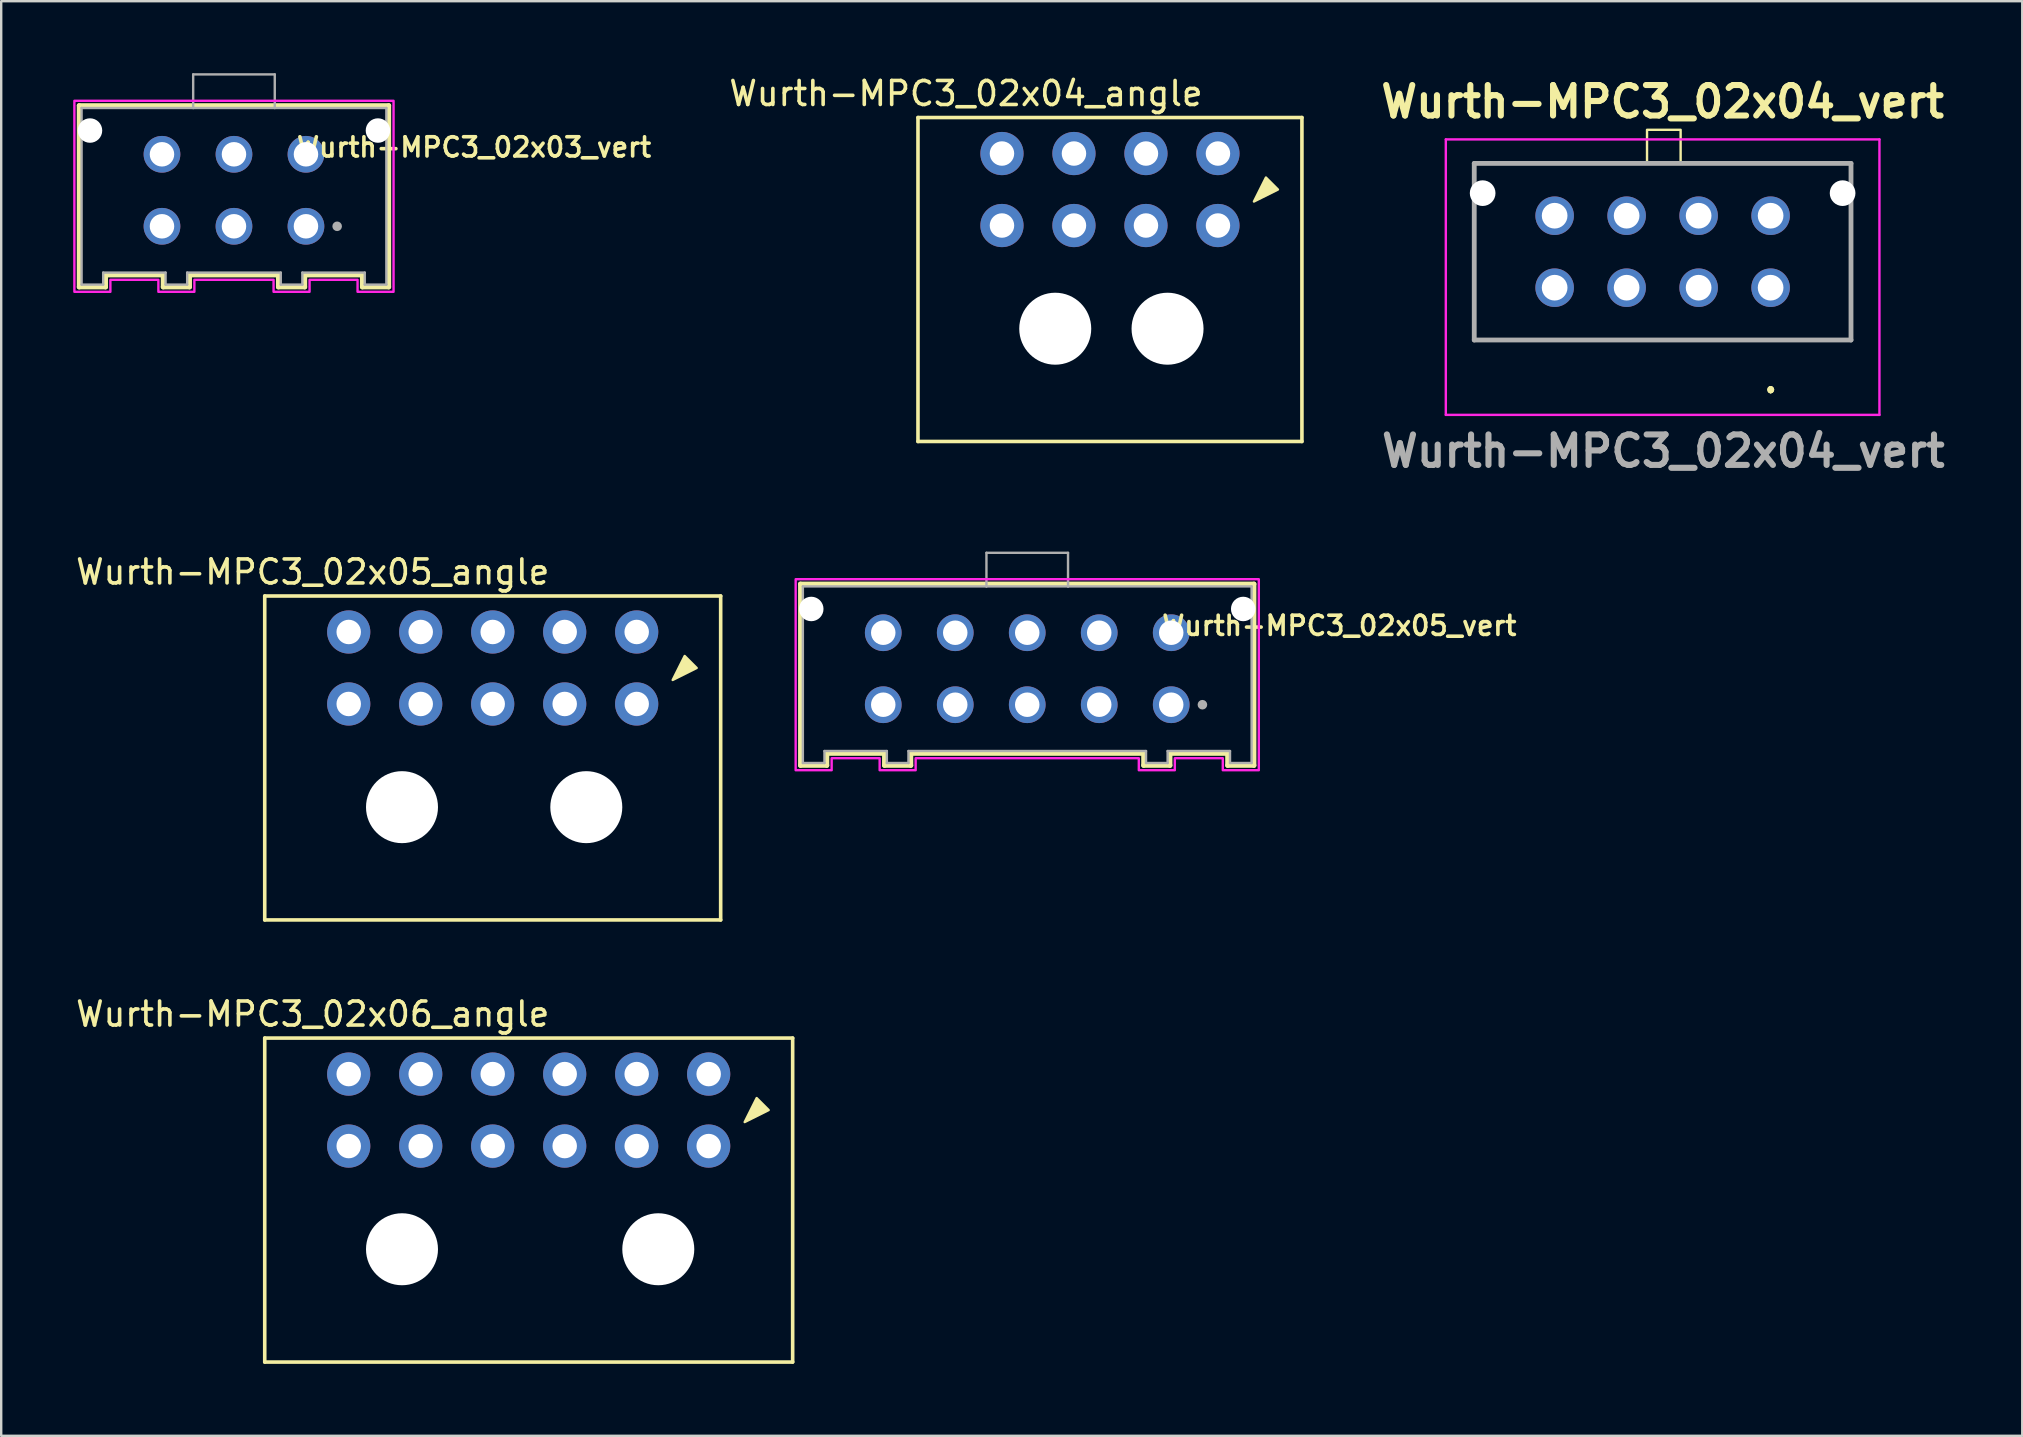
<source format=kicad_pcb>
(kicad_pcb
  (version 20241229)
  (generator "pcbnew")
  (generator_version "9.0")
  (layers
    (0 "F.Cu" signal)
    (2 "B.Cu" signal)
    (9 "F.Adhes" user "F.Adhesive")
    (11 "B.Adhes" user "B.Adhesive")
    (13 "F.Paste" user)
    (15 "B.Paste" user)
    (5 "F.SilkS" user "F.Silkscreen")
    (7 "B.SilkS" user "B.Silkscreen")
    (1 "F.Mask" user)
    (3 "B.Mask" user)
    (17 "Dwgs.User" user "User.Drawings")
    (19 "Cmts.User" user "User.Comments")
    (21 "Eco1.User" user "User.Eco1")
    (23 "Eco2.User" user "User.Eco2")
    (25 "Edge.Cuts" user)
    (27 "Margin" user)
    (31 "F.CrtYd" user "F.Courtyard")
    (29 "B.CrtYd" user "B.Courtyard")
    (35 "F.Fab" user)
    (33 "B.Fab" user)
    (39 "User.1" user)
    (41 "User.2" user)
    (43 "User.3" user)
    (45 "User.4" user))
  (footprint "Wurth-MPC3_02x05_vert"
    (layer "F.Cu")
    (at 39.757 24.817)
    (property "Reference" "Wurth-MPC3_02x05_vert" (at 13.005 -1.793 0) (layer "F.SilkS") (effects (font (size 0.8 0.8) (thickness 0.15))))
    (attr through_hole)
    (fp_line (start -9.45 -3.53) (end 9.45 -3.53) (stroke (width 0.2) (type solid)) (layer "F.SilkS"))
    (fp_line (start -9.45 4.03) (end -9.45 -3.53) (stroke (width 0.2) (type solid)) (layer "F.SilkS"))
    (fp_line (start -8.35 3.53) (end -8.35 4.03) (stroke (width 0.2) (type solid)) (layer "F.SilkS"))
    (fp_line (start -8.35 4.03) (end -9.45 4.03) (stroke (width 0.2) (type solid)) (layer "F.SilkS"))
    (fp_line (start -5.95 3.53) (end -8.35 3.53) (stroke (width 0.2) (type solid)) (layer "F.SilkS"))
    (fp_line (start -5.95 4.03) (end -5.95 3.53) (stroke (width 0.2) (type solid)) (layer "F.SilkS"))
    (fp_line (start -4.85 3.53) (end -4.85 4.03) (stroke (width 0.2) (type solid)) (layer "F.SilkS"))
    (fp_line (start -4.85 4.03) (end -5.95 4.03) (stroke (width 0.2) (type solid)) (layer "F.SilkS"))
    (fp_line (start 4.85 3.53) (end -4.85 3.53) (stroke (width 0.2) (type solid)) (layer "F.SilkS"))
    (fp_line (start 4.85 4.03) (end 4.85 3.53) (stroke (width 0.2) (type solid)) (layer "F.SilkS"))
    (fp_line (start 5.95 3.53) (end 5.95 4.03) (stroke (width 0.2) (type solid)) (layer "F.SilkS"))
    (fp_line (start 5.95 4.03) (end 4.85 4.03) (stroke (width 0.2) (type solid)) (layer "F.SilkS"))
    (fp_line (start 8.35 3.53) (end 5.95 3.53) (stroke (width 0.2) (type solid)) (layer "F.SilkS"))
    (fp_line (start 8.35 4.03) (end 8.35 3.53) (stroke (width 0.2) (type solid)) (layer "F.SilkS"))
    (fp_line (start 9.45 -3.53) (end 9.45 4.03) (stroke (width 0.2) (type solid)) (layer "F.SilkS"))
    (fp_line (start 9.45 4.03) (end 8.35 4.03) (stroke (width 0.2) (type solid)) (layer "F.SilkS"))
    (fp_poly (pts (xy 9.65 -3.73) (xy 9.65 4.23) (xy 8.15 4.23) (xy 8.15 3.73) (xy 6.15 3.73) (xy 6.15 4.23) (xy 4.65 4.23) (xy 4.65 3.73) (xy -4.65 3.73) (xy -4.65 4.23) (xy -6.15 4.23) (xy -6.15 3.73) (xy -8.15 3.73) (xy -8.15 4.23) (xy -9.65 4.23) (xy -9.65 -3.73)) (stroke (width 0.1) (type solid)) (fill no) (layer "F.CrtYd"))
    (fp_line (start -9.35 -3.43) (end -9.35 3.93) (stroke (width 0.1) (type solid)) (layer "F.Fab"))
    (fp_line (start -9.35 3.93) (end -8.45 3.93) (stroke (width 0.1) (type solid)) (layer "F.Fab"))
    (fp_line (start -8.45 3.43) (end -5.85 3.43) (stroke (width 0.1) (type solid)) (layer "F.Fab"))
    (fp_line (start -8.45 3.93) (end -8.45 3.43) (stroke (width 0.1) (type solid)) (layer "F.Fab"))
    (fp_line (start -5.85 3.43) (end -5.85 3.93) (stroke (width 0.1) (type solid)) (layer "F.Fab"))
    (fp_line (start -5.85 3.93) (end -4.95 3.93) (stroke (width 0.1) (type solid)) (layer "F.Fab"))
    (fp_line (start -4.95 3.43) (end 4.95 3.43) (stroke (width 0.1) (type solid)) (layer "F.Fab"))
    (fp_line (start -4.95 3.93) (end -4.95 3.43) (stroke (width 0.1) (type solid)) (layer "F.Fab"))
    (fp_line (start -1.7 -4.83) (end 1.7 -4.83) (stroke (width 0.1) (type solid)) (layer "F.Fab"))
    (fp_line (start -1.7 -3.43) (end -9.35 -3.43) (stroke (width 0.1) (type solid)) (layer "F.Fab"))
    (fp_line (start -1.7 -3.43) (end -1.7 -4.83) (stroke (width 0.1) (type solid)) (layer "F.Fab"))
    (fp_line (start 1.7 -4.83) (end 1.7 -3.43) (stroke (width 0.1) (type solid)) (layer "F.Fab"))
    (fp_line (start 1.7 -3.43) (end -1.7 -3.43) (stroke (width 0.1) (type solid)) (layer "F.Fab"))
    (fp_line (start 4.95 3.43) (end 4.95 3.93) (stroke (width 0.1) (type solid)) (layer "F.Fab"))
    (fp_line (start 4.95 3.93) (end 5.85 3.93) (stroke (width 0.1) (type solid)) (layer "F.Fab"))
    (fp_line (start 5.85 3.43) (end 8.45 3.43) (stroke (width 0.1) (type solid)) (layer "F.Fab"))
    (fp_line (start 5.85 3.93) (end 5.85 3.43) (stroke (width 0.1) (type solid)) (layer "F.Fab"))
    (fp_line (start 8.45 3.93) (end 8.45 3.43) (stroke (width 0.1) (type solid)) (layer "F.Fab"))
    (fp_line (start 9.35 -3.43) (end 1.7 -3.43) (stroke (width 0.1) (type solid)) (layer "F.Fab"))
    (fp_line (start 9.35 3.93) (end 8.45 3.93) (stroke (width 0.1) (type solid)) (layer "F.Fab"))
    (fp_line (start 9.35 3.93) (end 9.35 -3.43) (stroke (width 0.1) (type solid)) (layer "F.Fab"))
    (fp_circle (center 7.3 1.5) (end 7.4 1.5) (stroke (width 0.2) (type solid)) (fill no) (layer "F.Fab"))
    (pad "" np_thru_hole circle (at -9 -2.49) (size 1.02 1.02) (drill 1.02) (layers "*.Cu" "*.Mask"))
    (pad "" np_thru_hole circle (at 9 -2.49) (size 1.02 1.02) (drill 1.02) (layers "*.Cu" "*.Mask"))
    (pad "1" thru_hole circle (at 6 1.5) (size 1.53 1.53) (drill 1.02) (layers "*.Cu" "*.Mask"))
    (pad "2" thru_hole circle (at 3 1.5) (size 1.53 1.53) (drill 1.02) (layers "*.Cu" "*.Mask"))
    (pad "3" thru_hole circle (at 0 1.5) (size 1.53 1.53) (drill 1.02) (layers "*.Cu" "*.Mask"))
    (pad "4" thru_hole circle (at -3 1.5) (size 1.53 1.53) (drill 1.02) (layers "*.Cu" "*.Mask"))
    (pad "5" thru_hole circle (at -6 1.5) (size 1.53 1.53) (drill 1.02) (layers "*.Cu" "*.Mask"))
    (pad "6" thru_hole circle (at 6 -1.5) (size 1.53 1.53) (drill 1.02) (layers "*.Cu" "*.Mask"))
    (pad "7" thru_hole circle (at 3 -1.5) (size 1.53 1.53) (drill 1.02) (layers "*.Cu" "*.Mask"))
    (pad "8" thru_hole circle (at 0 -1.5) (size 1.53 1.53) (drill 1.02) (layers "*.Cu" "*.Mask"))
    (pad "9" thru_hole circle (at -3 -1.5) (size 1.53 1.53) (drill 1.02) (layers "*.Cu" "*.Mask"))
    (pad "10" thru_hole circle (at -6 -1.5) (size 1.53 1.53) (drill 1.02) (layers "*.Cu" "*.Mask")))
  (footprint "Wurth-MPC3_02x05_angle"
    (layer "F.Cu")
    (at 23.482 26.286)
    (property "Reference" "Wurth-MPC3_02x05_angle" (at -13.5 -5.5 0) (layer "F.SilkS") (effects (font (size 1 1) (thickness 0.15))))
    (attr through_hole)
    (fp_line (start -15.5 9) (end -15.5 -4.5) (stroke (width 0.15) (type solid)) (layer "F.SilkS"))
    (fp_line (start -15.5 9) (end 3.5 9) (stroke (width 0.15) (type solid)) (layer "F.SilkS"))
    (fp_line (start 3.5 -4.5) (end -15.5 -4.5) (stroke (width 0.15) (type solid)) (layer "F.SilkS"))
    (fp_line (start 3.5 9) (end 3.5 -4.5) (stroke (width 0.15) (type solid)) (layer "F.SilkS"))
    (fp_poly (pts (xy 1.5 -1) (xy 2 -2) (xy 2.5 -1.5)) (stroke (width 0.1) (type solid)) (fill yes) (layer "F.SilkS"))
    (pad "" np_thru_hole circle (at -9.78 4.3) (size 3 3) (drill 3) (layers "*.Cu" "*.Mask"))
    (pad "" np_thru_hole circle (at -2.1 4.3) (size 3 3) (drill 3) (layers "*.Cu" "*.Mask"))
    (pad "1" thru_hole circle (at 0 0) (size 1.8 1.8) (drill 1.02) (layers "*.Cu" "*.Mask"))
    (pad "2" thru_hole circle (at -3 0) (size 1.8 1.8) (drill 1.02) (layers "*.Cu" "*.Mask"))
    (pad "3" thru_hole circle (at -6 0) (size 1.8 1.8) (drill 1.02) (layers "*.Cu" "*.Mask"))
    (pad "4" thru_hole circle (at -9 0) (size 1.8 1.8) (drill 1.02) (layers "*.Cu" "*.Mask"))
    (pad "5" thru_hole circle (at -12 0) (size 1.8 1.8) (drill 1.02) (layers "*.Cu" "*.Mask"))
    (pad "6" thru_hole circle (at 0 -3) (size 1.8 1.8) (drill 1.02) (layers "*.Cu" "*.Mask"))
    (pad "7" thru_hole circle (at -3 -3) (size 1.8 1.8) (drill 1.02) (layers "*.Cu" "*.Mask"))
    (pad "8" thru_hole circle (at -6 -3) (size 1.8 1.8) (drill 1.02) (layers "*.Cu" "*.Mask"))
    (pad "9" thru_hole circle (at -9 -3) (size 1.8 1.8) (drill 1.02) (layers "*.Cu" "*.Mask"))
    (pad "10" thru_hole circle (at -12 -3) (size 1.8 1.8) (drill 1.02) (layers "*.Cu" "*.Mask")))
  (footprint "Wurth-MPC3_02x04_vert"
    (layer "F.Cu")
    (at 70.735 8.939)
    (property "Reference" "Wurth-MPC3_02x04_vert" (at -4.5 -7.75 0) (layer "F.SilkS") (effects (font (size 1.27 1.27) (thickness 0.254))))
    (attr through_hole)
    (fp_line (start -12.35 -2.75) (end -12.35 -2.75) (stroke (width 0.1) (type solid)) (layer "F.SilkS"))
    (fp_line (start -12.35 -2.75) (end -12.35 2) (stroke (width 0.1) (type solid)) (layer "F.SilkS"))
    (fp_line (start -12.35 2) (end -12.35 -2.75) (stroke (width 0.1) (type solid)) (layer "F.SilkS"))
    (fp_line (start -12.35 2) (end -12.35 2) (stroke (width 0.1) (type solid)) (layer "F.SilkS"))
    (fp_line (start -12.35 2.18) (end -12.35 2.18) (stroke (width 0.1) (type solid)) (layer "F.SilkS"))
    (fp_line (start -12.35 2.18) (end 3.35 2.18) (stroke (width 0.1) (type solid)) (layer "F.SilkS"))
    (fp_line (start -12.25 -5.18) (end -12.25 -5.18) (stroke (width 0.1) (type solid)) (layer "F.SilkS"))
    (fp_line (start -12.25 -5.18) (end 3.35 -5.18) (stroke (width 0.1) (type solid)) (layer "F.SilkS"))
    (fp_line (start 0 4.2) (end 0 4.2) (stroke (width 0.2) (type solid)) (layer "F.SilkS"))
    (fp_line (start 0 4.3) (end 0 4.3) (stroke (width 0.2) (type solid)) (layer "F.SilkS"))
    (fp_line (start 0 4.3) (end 0 4.3) (stroke (width 0.2) (type solid)) (layer "F.SilkS"))
    (fp_line (start 3.35 -5.18) (end -12.25 -5.18) (stroke (width 0.1) (type solid)) (layer "F.SilkS"))
    (fp_line (start 3.35 -5.18) (end 3.35 -5.18) (stroke (width 0.1) (type solid)) (layer "F.SilkS"))
    (fp_line (start 3.35 -3) (end 3.35 -3) (stroke (width 0.1) (type solid)) (layer "F.SilkS"))
    (fp_line (start 3.35 -3) (end 3.35 2.18) (stroke (width 0.1) (type solid)) (layer "F.SilkS"))
    (fp_line (start 3.35 2.18) (end -12.35 2.18) (stroke (width 0.1) (type solid)) (layer "F.SilkS"))
    (fp_line (start 3.35 2.18) (end 3.35 -3) (stroke (width 0.1) (type solid)) (layer "F.SilkS"))
    (fp_line (start 3.35 2.18) (end 3.35 2.18) (stroke (width 0.1) (type solid)) (layer "F.SilkS"))
    (fp_line (start 3.35 2.18) (end 3.35 2.18) (stroke (width 0.1) (type solid)) (layer "F.SilkS"))
    (fp_rect (start -5.15 -6.58) (end -3.75 -5.18) (stroke (width 0.1) (type default)) (fill no) (layer "F.SilkS"))
    (fp_arc (start 0 4.2) (mid 0.05 4.25) (end 0 4.3) (stroke (width 0.2) (type solid)) (layer "F.SilkS"))
    (fp_arc (start 0 4.2) (mid 0.05 4.25) (end 0 4.3) (stroke (width 0.2) (type solid)) (layer "F.SilkS"))
    (fp_arc (start 0 4.3) (mid -0.05 4.25) (end 0 4.2) (stroke (width 0.2) (type solid)) (layer "F.SilkS"))
    (fp_line (start -13.535 -6.18) (end 4.535 -6.18) (stroke (width 0.1) (type solid)) (layer "F.CrtYd"))
    (fp_line (start -13.535 5.3) (end -13.535 -6.18) (stroke (width 0.1) (type solid)) (layer "F.CrtYd"))
    (fp_line (start 4.535 -6.18) (end 4.535 5.3) (stroke (width 0.1) (type solid)) (layer "F.CrtYd"))
    (fp_line (start 4.535 5.3) (end -13.535 5.3) (stroke (width 0.1) (type solid)) (layer "F.CrtYd"))
    (fp_line (start -12.35 -5.18) (end -12.35 2.18) (stroke (width 0.2) (type solid)) (layer "F.Fab"))
    (fp_line (start -12.35 2.18) (end 3.35 2.18) (stroke (width 0.2) (type solid)) (layer "F.Fab"))
    (fp_line (start 3.35 -5.18) (end -12.35 -5.18) (stroke (width 0.2) (type solid)) (layer "F.Fab"))
    (fp_line (start 3.35 2.18) (end 3.35 -5.18) (stroke (width 0.2) (type solid)) (layer "F.Fab"))
    (fp_text user "${REFERENCE}" (at -4.47 6.81 0) (layer "F.Fab") (effects (font (size 1.27 1.27) (thickness 0.254))))
    (pad "" np_thru_hole circle (at -12 -3.94) (size 1.07 1.07) (drill 1.07) (layers "*.Cu" "*.Mask"))
    (pad "" np_thru_hole circle (at 3 -3.94) (size 1.07 1.07) (drill 1.07) (layers "*.Cu" "*.Mask"))
    (pad "1" thru_hole circle (at 0 0) (size 1.605 1.605) (drill 1.07) (layers "*.Cu" "*.Mask"))
    (pad "2" thru_hole circle (at -3 0) (size 1.605 1.605) (drill 1.07) (layers "*.Cu" "*.Mask"))
    (pad "3" thru_hole circle (at -6 0) (size 1.605 1.605) (drill 1.07) (layers "*.Cu" "*.Mask"))
    (pad "4" thru_hole circle (at -9 0) (size 1.605 1.605) (drill 1.07) (layers "*.Cu" "*.Mask"))
    (pad "5" thru_hole circle (at 0 -3) (size 1.605 1.605) (drill 1.07) (layers "*.Cu" "*.Mask"))
    (pad "6" thru_hole circle (at -3 -3) (size 1.605 1.605) (drill 1.07) (layers "*.Cu" "*.Mask"))
    (pad "7" thru_hole circle (at -6 -3) (size 1.605 1.605) (drill 1.07) (layers "*.Cu" "*.Mask"))
    (pad "8" thru_hole circle (at -9 -3) (size 1.605 1.605) (drill 1.07) (layers "*.Cu" "*.Mask")))
  (footprint "Wurth-MPC3_02x03_vert"
    (layer "F.Cu")
    (at 6.7 4.88)
    (property "Reference" "Wurth-MPC3_02x03_vert" (at 10.005 -1.793 0) (layer "F.SilkS") (effects (font (size 0.8 0.8) (thickness 0.15))))
    (attr through_hole)
    (fp_line (start -6.45 -3.53) (end 6.45 -3.53) (stroke (width 0.2) (type solid)) (layer "F.SilkS"))
    (fp_line (start -6.45 4.03) (end -6.45 -3.53) (stroke (width 0.2) (type solid)) (layer "F.SilkS"))
    (fp_line (start -5.35 3.53) (end -5.35 4.03) (stroke (width 0.2) (type solid)) (layer "F.SilkS"))
    (fp_line (start -5.35 4.03) (end -6.45 4.03) (stroke (width 0.2) (type solid)) (layer "F.SilkS"))
    (fp_line (start -2.95 3.53) (end -5.35 3.53) (stroke (width 0.2) (type solid)) (layer "F.SilkS"))
    (fp_line (start -2.95 4.03) (end -2.95 3.53) (stroke (width 0.2) (type solid)) (layer "F.SilkS"))
    (fp_line (start -1.85 3.53) (end -1.85 4.03) (stroke (width 0.2) (type solid)) (layer "F.SilkS"))
    (fp_line (start -1.85 4.03) (end -2.95 4.03) (stroke (width 0.2) (type solid)) (layer "F.SilkS"))
    (fp_line (start 1.85 3.53) (end -1.85 3.53) (stroke (width 0.2) (type solid)) (layer "F.SilkS"))
    (fp_line (start 1.85 4.03) (end 1.85 3.53) (stroke (width 0.2) (type solid)) (layer "F.SilkS"))
    (fp_line (start 2.95 3.53) (end 2.95 4.03) (stroke (width 0.2) (type solid)) (layer "F.SilkS"))
    (fp_line (start 2.95 4.03) (end 1.85 4.03) (stroke (width 0.2) (type solid)) (layer "F.SilkS"))
    (fp_line (start 5.35 3.53) (end 2.95 3.53) (stroke (width 0.2) (type solid)) (layer "F.SilkS"))
    (fp_line (start 5.35 4.03) (end 5.35 3.53) (stroke (width 0.2) (type solid)) (layer "F.SilkS"))
    (fp_line (start 6.45 -3.53) (end 6.45 4.03) (stroke (width 0.2) (type solid)) (layer "F.SilkS"))
    (fp_line (start 6.45 4.03) (end 5.35 4.03) (stroke (width 0.2) (type solid)) (layer "F.SilkS"))
    (fp_poly (pts (xy 6.65 -3.73) (xy 6.65 4.23) (xy 5.15 4.23) (xy 5.15 3.73) (xy 3.15 3.73) (xy 3.15 4.23) (xy 1.65 4.23) (xy 1.65 3.73) (xy -1.65 3.73) (xy -1.65 4.23) (xy -3.15 4.23) (xy -3.15 3.73) (xy -5.15 3.73) (xy -5.15 4.23) (xy -6.65 4.23) (xy -6.65 -3.73)) (stroke (width 0.1) (type solid)) (fill no) (layer "F.CrtYd"))
    (fp_line (start -6.35 -3.43) (end -6.35 3.93) (stroke (width 0.1) (type solid)) (layer "F.Fab"))
    (fp_line (start -6.35 3.93) (end -5.45 3.93) (stroke (width 0.1) (type solid)) (layer "F.Fab"))
    (fp_line (start -5.45 3.43) (end -2.85 3.43) (stroke (width 0.1) (type solid)) (layer "F.Fab"))
    (fp_line (start -5.45 3.93) (end -5.45 3.43) (stroke (width 0.1) (type solid)) (layer "F.Fab"))
    (fp_line (start -2.85 3.43) (end -2.85 3.93) (stroke (width 0.1) (type solid)) (layer "F.Fab"))
    (fp_line (start -2.85 3.93) (end -1.95 3.93) (stroke (width 0.1) (type solid)) (layer "F.Fab"))
    (fp_line (start -1.95 3.43) (end 1.95 3.43) (stroke (width 0.1) (type solid)) (layer "F.Fab"))
    (fp_line (start -1.95 3.93) (end -1.95 3.43) (stroke (width 0.1) (type solid)) (layer "F.Fab"))
    (fp_line (start -1.7 -4.83) (end 1.7 -4.83) (stroke (width 0.1) (type solid)) (layer "F.Fab"))
    (fp_line (start -1.7 -3.43) (end -6.35 -3.43) (stroke (width 0.1) (type solid)) (layer "F.Fab"))
    (fp_line (start -1.7 -3.43) (end -1.7 -4.83) (stroke (width 0.1) (type solid)) (layer "F.Fab"))
    (fp_line (start 1.7 -4.83) (end 1.7 -3.43) (stroke (width 0.1) (type solid)) (layer "F.Fab"))
    (fp_line (start 1.7 -3.43) (end -1.7 -3.43) (stroke (width 0.1) (type solid)) (layer "F.Fab"))
    (fp_line (start 1.95 3.43) (end 1.95 3.93) (stroke (width 0.1) (type solid)) (layer "F.Fab"))
    (fp_line (start 1.95 3.93) (end 2.85 3.93) (stroke (width 0.1) (type solid)) (layer "F.Fab"))
    (fp_line (start 2.85 3.43) (end 5.45 3.43) (stroke (width 0.1) (type solid)) (layer "F.Fab"))
    (fp_line (start 2.85 3.93) (end 2.85 3.43) (stroke (width 0.1) (type solid)) (layer "F.Fab"))
    (fp_line (start 5.45 3.93) (end 5.45 3.43) (stroke (width 0.1) (type solid)) (layer "F.Fab"))
    (fp_line (start 6.35 -3.43) (end 1.7 -3.43) (stroke (width 0.1) (type solid)) (layer "F.Fab"))
    (fp_line (start 6.35 3.93) (end 5.45 3.93) (stroke (width 0.1) (type solid)) (layer "F.Fab"))
    (fp_line (start 6.35 3.93) (end 6.35 -3.43) (stroke (width 0.1) (type solid)) (layer "F.Fab"))
    (fp_circle (center 4.3 1.5) (end 4.4 1.5) (stroke (width 0.2) (type solid)) (fill no) (layer "F.Fab"))
    (pad "" np_thru_hole circle (at -6 -2.49) (size 1.02 1.02) (drill 1.02) (layers "*.Cu" "*.Mask"))
    (pad "" np_thru_hole circle (at 6 -2.49) (size 1.02 1.02) (drill 1.02) (layers "*.Cu" "*.Mask"))
    (pad "1" thru_hole circle (at 3 1.5) (size 1.53 1.53) (drill 1.02) (layers "*.Cu" "*.Mask"))
    (pad "2" thru_hole circle (at 0 1.5) (size 1.53 1.53) (drill 1.02) (layers "*.Cu" "*.Mask"))
    (pad "3" thru_hole circle (at -3 1.5) (size 1.53 1.53) (drill 1.02) (layers "*.Cu" "*.Mask"))
    (pad "4" thru_hole circle (at 3 -1.5) (size 1.53 1.53) (drill 1.02) (layers "*.Cu" "*.Mask"))
    (pad "5" thru_hole circle (at 0 -1.5) (size 1.53 1.53) (drill 1.02) (layers "*.Cu" "*.Mask"))
    (pad "6" thru_hole circle (at -3 -1.5) (size 1.53 1.53) (drill 1.02) (layers "*.Cu" "*.Mask")))
  (footprint "Wurth-MPC3_02x04_angle"
    (layer "F.Cu")
    (at 47.704 6.348)
    (property "Reference" "Wurth-MPC3_02x04_angle" (at -10.5 -5.5 0) (layer "F.SilkS") (effects (font (size 1 1) (thickness 0.15))))
    (attr through_hole)
    (fp_line (start -12.5 9) (end -12.5 -4.5) (stroke (width 0.15) (type solid)) (layer "F.SilkS"))
    (fp_line (start -12.5 9) (end 3.5 9) (stroke (width 0.15) (type solid)) (layer "F.SilkS"))
    (fp_line (start 3.5 -4.5) (end -12.5 -4.5) (stroke (width 0.15) (type solid)) (layer "F.SilkS"))
    (fp_line (start 3.5 9) (end 3.5 -4.5) (stroke (width 0.15) (type solid)) (layer "F.SilkS"))
    (fp_poly (pts (xy 1.5 -1) (xy 2 -2) (xy 2.5 -1.5)) (stroke (width 0.1) (type solid)) (fill yes) (layer "F.SilkS"))
    (pad "" np_thru_hole circle (at -6.78 4.3) (size 3 3) (drill 3) (layers "*.Cu" "*.Mask"))
    (pad "" np_thru_hole circle (at -2.1 4.3) (size 3 3) (drill 3) (layers "*.Cu" "*.Mask"))
    (pad "1" thru_hole circle (at 0 0) (size 1.8 1.8) (drill 1.02) (layers "*.Cu" "*.Mask"))
    (pad "2" thru_hole circle (at -3 0) (size 1.8 1.8) (drill 1.02) (layers "*.Cu" "*.Mask"))
    (pad "3" thru_hole circle (at -6 0) (size 1.8 1.8) (drill 1.02) (layers "*.Cu" "*.Mask"))
    (pad "4" thru_hole circle (at -9 0) (size 1.8 1.8) (drill 1.02) (layers "*.Cu" "*.Mask"))
    (pad "5" thru_hole circle (at 0 -3) (size 1.8 1.8) (drill 1.02) (layers "*.Cu" "*.Mask"))
    (pad "6" thru_hole circle (at -3 -3) (size 1.8 1.8) (drill 1.02) (layers "*.Cu" "*.Mask"))
    (pad "7" thru_hole circle (at -6 -3) (size 1.8 1.8) (drill 1.02) (layers "*.Cu" "*.Mask"))
    (pad "8" thru_hole circle (at -9 -3) (size 1.8 1.8) (drill 1.02) (layers "*.Cu" "*.Mask")))
  (footprint "Wurth-MPC3_02x06_angle"
    (layer "F.Cu")
    (at 26.482 44.709)
    (property "Reference" "Wurth-MPC3_02x06_angle" (at -16.5 -5.5 0) (layer "F.SilkS") (effects (font (size 1 1) (thickness 0.15))))
    (attr through_hole)
    (fp_line (start -18.5 9) (end -18.5 -4.5) (stroke (width 0.15) (type solid)) (layer "F.SilkS"))
    (fp_line (start -18.5 9) (end 3.5 9) (stroke (width 0.15) (type solid)) (layer "F.SilkS"))
    (fp_line (start 3.5 -4.5) (end -18.5 -4.5) (stroke (width 0.15) (type solid)) (layer "F.SilkS"))
    (fp_line (start 3.5 9) (end 3.5 -4.5) (stroke (width 0.15) (type solid)) (layer "F.SilkS"))
    (fp_poly (pts (xy 1.5 -1) (xy 2 -2) (xy 2.5 -1.5)) (stroke (width 0.1) (type solid)) (fill yes) (layer "F.SilkS"))
    (pad "" np_thru_hole circle (at -12.78 4.3) (size 3 3) (drill 3) (layers "*.Cu" "*.Mask"))
    (pad "" np_thru_hole circle (at -2.1 4.3) (size 3 3) (drill 3) (layers "*.Cu" "*.Mask"))
    (pad "1" thru_hole circle (at 0 0) (size 1.8 1.8) (drill 1.02) (layers "*.Cu" "*.Mask"))
    (pad "2" thru_hole circle (at -3 0) (size 1.8 1.8) (drill 1.02) (layers "*.Cu" "*.Mask"))
    (pad "3" thru_hole circle (at -6 0) (size 1.8 1.8) (drill 1.02) (layers "*.Cu" "*.Mask"))
    (pad "4" thru_hole circle (at -9 0) (size 1.8 1.8) (drill 1.02) (layers "*.Cu" "*.Mask"))
    (pad "5" thru_hole circle (at -12 0) (size 1.8 1.8) (drill 1.02) (layers "*.Cu" "*.Mask"))
    (pad "6" thru_hole circle (at -15 0) (size 1.8 1.8) (drill 1.02) (layers "*.Cu" "*.Mask"))
    (pad "7" thru_hole circle (at 0 -3) (size 1.8 1.8) (drill 1.02) (layers "*.Cu" "*.Mask"))
    (pad "8" thru_hole circle (at -3 -3) (size 1.8 1.8) (drill 1.02) (layers "*.Cu" "*.Mask"))
    (pad "9" thru_hole circle (at -6 -3) (size 1.8 1.8) (drill 1.02) (layers "*.Cu" "*.Mask"))
    (pad "10" thru_hole circle (at -9 -3) (size 1.8 1.8) (drill 1.02) (layers "*.Cu" "*.Mask"))
    (pad "11" thru_hole circle (at -12 -3) (size 1.8 1.8) (drill 1.02) (layers "*.Cu" "*.Mask"))
    (pad "12" thru_hole circle (at -15 -3) (size 1.8 1.8) (drill 1.02) (layers "*.Cu" "*.Mask")))
  (gr_rect
    (start -3 -3)
    (end 81.221 56.784)
    (stroke (width 0.1) (type default))
    (fill no)
    (layer "Edge.Cuts")))
</source>
